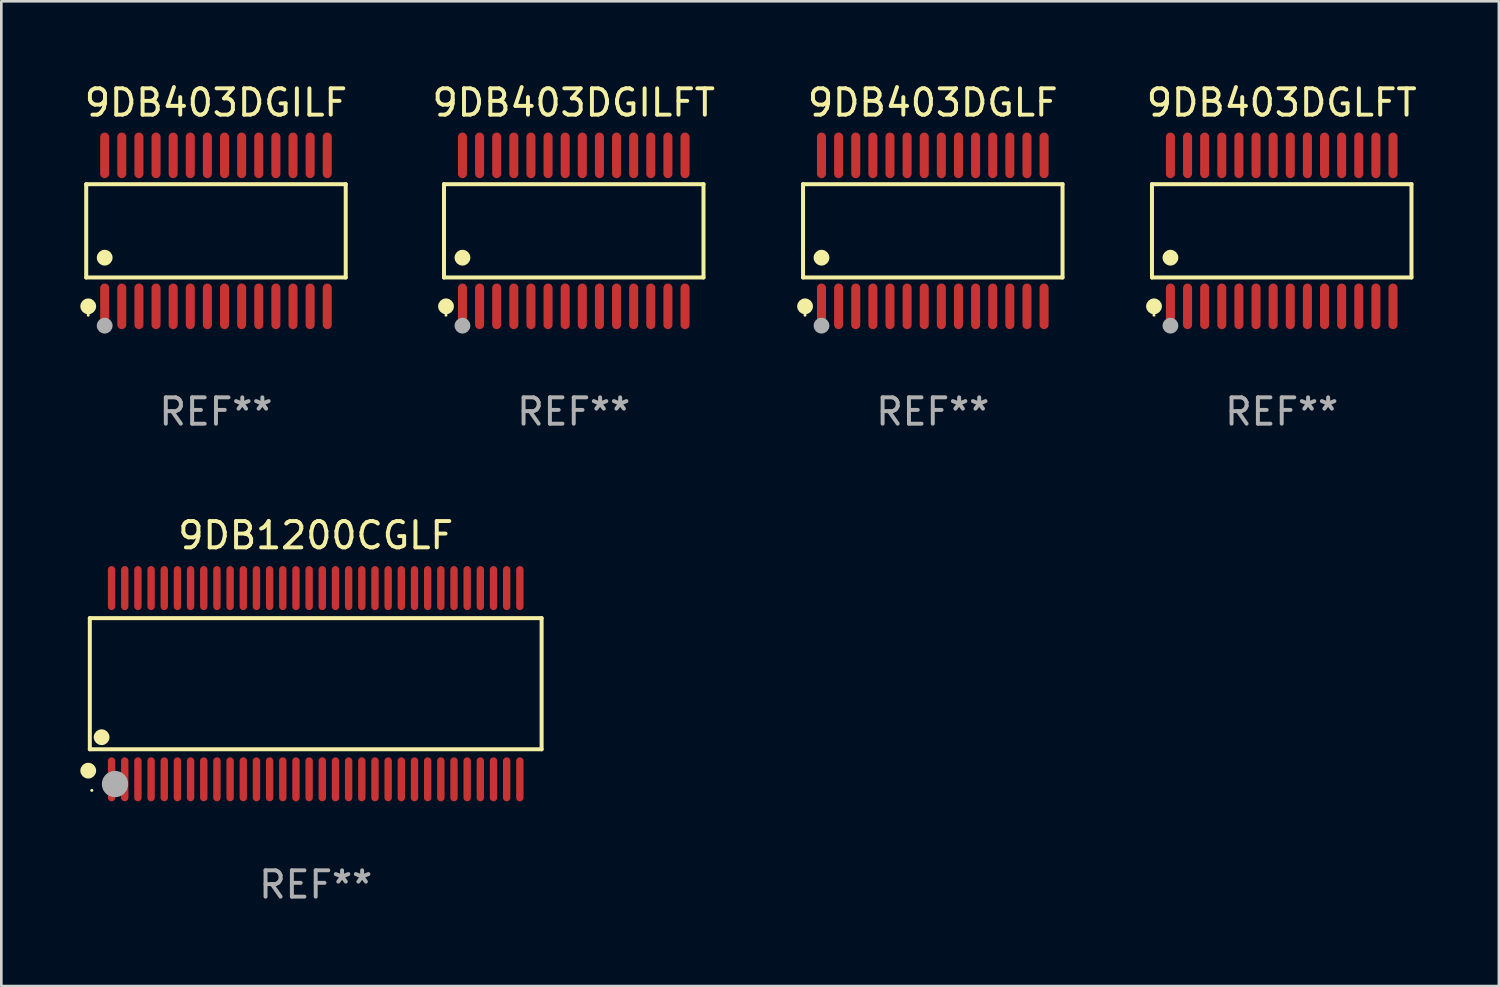
<source format=kicad_pcb>
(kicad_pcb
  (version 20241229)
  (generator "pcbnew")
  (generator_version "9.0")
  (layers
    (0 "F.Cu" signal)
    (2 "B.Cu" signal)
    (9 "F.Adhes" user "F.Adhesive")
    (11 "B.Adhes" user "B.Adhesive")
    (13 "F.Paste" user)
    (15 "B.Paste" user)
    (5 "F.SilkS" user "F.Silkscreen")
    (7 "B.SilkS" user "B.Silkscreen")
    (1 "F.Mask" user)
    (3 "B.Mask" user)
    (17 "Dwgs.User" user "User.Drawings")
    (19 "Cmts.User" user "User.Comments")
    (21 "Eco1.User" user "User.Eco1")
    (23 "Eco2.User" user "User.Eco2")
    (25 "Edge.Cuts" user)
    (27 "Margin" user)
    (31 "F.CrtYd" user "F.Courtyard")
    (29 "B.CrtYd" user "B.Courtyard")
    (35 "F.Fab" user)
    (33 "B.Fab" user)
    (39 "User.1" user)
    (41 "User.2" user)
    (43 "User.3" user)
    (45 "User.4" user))
  (footprint "9DB403DGILF"
    (layer "F.Cu")
    (at 5.149 5.714)
    (property "Reference" "9DB403DGILF" (at 0 -4.866 0) (layer "F.SilkS") (effects (font (size 1 1) (thickness 0.15))))
    (attr through_hole)
    (fp_line (start -4.926 -1.772) (end 4.926 -1.772) (stroke (width 0.152) (type solid)) (layer "F.SilkS"))
    (fp_line (start -4.926 1.771) (end -4.926 -1.772) (stroke (width 0.152) (type solid)) (layer "F.SilkS"))
    (fp_line (start 4.926 -1.772) (end 4.926 1.771) (stroke (width 0.152) (type solid)) (layer "F.SilkS"))
    (fp_line (start 4.926 1.771) (end -4.926 1.771) (stroke (width 0.152) (type solid)) (layer "F.SilkS"))
    (fp_circle (center -4.85 3.2) (end -4.82 3.2) (stroke (width 0.06) (type solid)) (fill no) (layer "F.SilkS"))
    (fp_circle (center -4.849 2.866) (end -4.699 2.866) (stroke (width 0.3) (type solid)) (fill no) (layer "F.SilkS"))
    (fp_circle (center -4.225 1.019) (end -4.075 1.019) (stroke (width 0.3) (type solid)) (fill no) (layer "F.SilkS"))
    (fp_circle (center -4.225 3.6) (end -4.075 3.6) (stroke (width 0.3) (type solid)) (fill no) (layer "F.Fab"))
    (fp_text user "REF**" (at 0 6.866 0) (layer "F.Fab") (effects (font (size 1 1) (thickness 0.15))))
    (pad "1" smd oval (at -4.225 2.866) (size 0.343 1.731) (layers "F.Cu" "F.Mask" "F.Paste"))
    (pad "2" smd oval (at -3.575 2.866) (size 0.343 1.731) (layers "F.Cu" "F.Mask" "F.Paste"))
    (pad "3" smd oval (at -2.925 2.866) (size 0.343 1.731) (layers "F.Cu" "F.Mask" "F.Paste"))
    (pad "4" smd oval (at -2.275 2.866) (size 0.343 1.731) (layers "F.Cu" "F.Mask" "F.Paste"))
    (pad "5" smd oval (at -1.625 2.866) (size 0.343 1.731) (layers "F.Cu" "F.Mask" "F.Paste"))
    (pad "6" smd oval (at -0.975 2.866) (size 0.343 1.731) (layers "F.Cu" "F.Mask" "F.Paste"))
    (pad "7" smd oval (at -0.325 2.866) (size 0.343 1.731) (layers "F.Cu" "F.Mask" "F.Paste"))
    (pad "8" smd oval (at 0.325 2.866) (size 0.343 1.731) (layers "F.Cu" "F.Mask" "F.Paste"))
    (pad "9" smd oval (at 0.975 2.866) (size 0.343 1.731) (layers "F.Cu" "F.Mask" "F.Paste"))
    (pad "10" smd oval (at 1.625 2.866) (size 0.343 1.731) (layers "F.Cu" "F.Mask" "F.Paste"))
    (pad "11" smd oval (at 2.275 2.866) (size 0.343 1.731) (layers "F.Cu" "F.Mask" "F.Paste"))
    (pad "12" smd oval (at 2.925 2.866) (size 0.343 1.731) (layers "F.Cu" "F.Mask" "F.Paste"))
    (pad "13" smd oval (at 3.575 2.866) (size 0.343 1.731) (layers "F.Cu" "F.Mask" "F.Paste"))
    (pad "14" smd oval (at 4.225 2.866) (size 0.343 1.731) (layers "F.Cu" "F.Mask" "F.Paste"))
    (pad "15" smd oval (at 4.225 -2.866) (size 0.343 1.731) (layers "F.Cu" "F.Mask" "F.Paste"))
    (pad "16" smd oval (at 3.575 -2.866) (size 0.343 1.731) (layers "F.Cu" "F.Mask" "F.Paste"))
    (pad "17" smd oval (at 2.925 -2.866) (size 0.343 1.731) (layers "F.Cu" "F.Mask" "F.Paste"))
    (pad "18" smd oval (at 2.275 -2.866) (size 0.343 1.731) (layers "F.Cu" "F.Mask" "F.Paste"))
    (pad "19" smd oval (at 1.625 -2.866) (size 0.343 1.731) (layers "F.Cu" "F.Mask" "F.Paste"))
    (pad "20" smd oval (at 0.975 -2.866) (size 0.343 1.731) (layers "F.Cu" "F.Mask" "F.Paste"))
    (pad "21" smd oval (at 0.325 -2.866) (size 0.343 1.731) (layers "F.Cu" "F.Mask" "F.Paste"))
    (pad "22" smd oval (at -0.325 -2.866) (size 0.343 1.731) (layers "F.Cu" "F.Mask" "F.Paste"))
    (pad "23" smd oval (at -0.975 -2.866) (size 0.343 1.731) (layers "F.Cu" "F.Mask" "F.Paste"))
    (pad "24" smd oval (at -1.625 -2.866) (size 0.343 1.731) (layers "F.Cu" "F.Mask" "F.Paste"))
    (pad "25" smd oval (at -2.275 -2.866) (size 0.343 1.731) (layers "F.Cu" "F.Mask" "F.Paste"))
    (pad "26" smd oval (at -2.925 -2.866) (size 0.343 1.731) (layers "F.Cu" "F.Mask" "F.Paste"))
    (pad "27" smd oval (at -3.575 -2.866) (size 0.343 1.731) (layers "F.Cu" "F.Mask" "F.Paste"))
    (pad "28" smd oval (at -4.225 -2.866) (size 0.343 1.731) (layers "F.Cu" "F.Mask" "F.Paste")))
  (footprint "9DB403DGLF"
    (layer "F.Cu")
    (at 32.363 5.714)
    (property "Reference" "9DB403DGLF" (at 0 -4.866 0) (layer "F.SilkS") (effects (font (size 1 1) (thickness 0.15))))
    (attr through_hole)
    (fp_line (start -4.926 -1.772) (end 4.926 -1.772) (stroke (width 0.152) (type solid)) (layer "F.SilkS"))
    (fp_line (start -4.926 1.771) (end -4.926 -1.772) (stroke (width 0.152) (type solid)) (layer "F.SilkS"))
    (fp_line (start 4.926 -1.772) (end 4.926 1.771) (stroke (width 0.152) (type solid)) (layer "F.SilkS"))
    (fp_line (start 4.926 1.771) (end -4.926 1.771) (stroke (width 0.152) (type solid)) (layer "F.SilkS"))
    (fp_circle (center -4.85 3.2) (end -4.82 3.2) (stroke (width 0.06) (type solid)) (fill no) (layer "F.SilkS"))
    (fp_circle (center -4.849 2.866) (end -4.699 2.866) (stroke (width 0.3) (type solid)) (fill no) (layer "F.SilkS"))
    (fp_circle (center -4.225 1.019) (end -4.075 1.019) (stroke (width 0.3) (type solid)) (fill no) (layer "F.SilkS"))
    (fp_circle (center -4.225 3.6) (end -4.075 3.6) (stroke (width 0.3) (type solid)) (fill no) (layer "F.Fab"))
    (fp_text user "REF**" (at 0 6.866 0) (layer "F.Fab") (effects (font (size 1 1) (thickness 0.15))))
    (pad "1" smd oval (at -4.225 2.866) (size 0.343 1.731) (layers "F.Cu" "F.Mask" "F.Paste"))
    (pad "2" smd oval (at -3.575 2.866) (size 0.343 1.731) (layers "F.Cu" "F.Mask" "F.Paste"))
    (pad "3" smd oval (at -2.925 2.866) (size 0.343 1.731) (layers "F.Cu" "F.Mask" "F.Paste"))
    (pad "4" smd oval (at -2.275 2.866) (size 0.343 1.731) (layers "F.Cu" "F.Mask" "F.Paste"))
    (pad "5" smd oval (at -1.625 2.866) (size 0.343 1.731) (layers "F.Cu" "F.Mask" "F.Paste"))
    (pad "6" smd oval (at -0.975 2.866) (size 0.343 1.731) (layers "F.Cu" "F.Mask" "F.Paste"))
    (pad "7" smd oval (at -0.325 2.866) (size 0.343 1.731) (layers "F.Cu" "F.Mask" "F.Paste"))
    (pad "8" smd oval (at 0.325 2.866) (size 0.343 1.731) (layers "F.Cu" "F.Mask" "F.Paste"))
    (pad "9" smd oval (at 0.975 2.866) (size 0.343 1.731) (layers "F.Cu" "F.Mask" "F.Paste"))
    (pad "10" smd oval (at 1.625 2.866) (size 0.343 1.731) (layers "F.Cu" "F.Mask" "F.Paste"))
    (pad "11" smd oval (at 2.275 2.866) (size 0.343 1.731) (layers "F.Cu" "F.Mask" "F.Paste"))
    (pad "12" smd oval (at 2.925 2.866) (size 0.343 1.731) (layers "F.Cu" "F.Mask" "F.Paste"))
    (pad "13" smd oval (at 3.575 2.866) (size 0.343 1.731) (layers "F.Cu" "F.Mask" "F.Paste"))
    (pad "14" smd oval (at 4.225 2.866) (size 0.343 1.731) (layers "F.Cu" "F.Mask" "F.Paste"))
    (pad "15" smd oval (at 4.225 -2.866) (size 0.343 1.731) (layers "F.Cu" "F.Mask" "F.Paste"))
    (pad "16" smd oval (at 3.575 -2.866) (size 0.343 1.731) (layers "F.Cu" "F.Mask" "F.Paste"))
    (pad "17" smd oval (at 2.925 -2.866) (size 0.343 1.731) (layers "F.Cu" "F.Mask" "F.Paste"))
    (pad "18" smd oval (at 2.275 -2.866) (size 0.343 1.731) (layers "F.Cu" "F.Mask" "F.Paste"))
    (pad "19" smd oval (at 1.625 -2.866) (size 0.343 1.731) (layers "F.Cu" "F.Mask" "F.Paste"))
    (pad "20" smd oval (at 0.975 -2.866) (size 0.343 1.731) (layers "F.Cu" "F.Mask" "F.Paste"))
    (pad "21" smd oval (at 0.325 -2.866) (size 0.343 1.731) (layers "F.Cu" "F.Mask" "F.Paste"))
    (pad "22" smd oval (at -0.325 -2.866) (size 0.343 1.731) (layers "F.Cu" "F.Mask" "F.Paste"))
    (pad "23" smd oval (at -0.975 -2.866) (size 0.343 1.731) (layers "F.Cu" "F.Mask" "F.Paste"))
    (pad "24" smd oval (at -1.625 -2.866) (size 0.343 1.731) (layers "F.Cu" "F.Mask" "F.Paste"))
    (pad "25" smd oval (at -2.275 -2.866) (size 0.343 1.731) (layers "F.Cu" "F.Mask" "F.Paste"))
    (pad "26" smd oval (at -2.925 -2.866) (size 0.343 1.731) (layers "F.Cu" "F.Mask" "F.Paste"))
    (pad "27" smd oval (at -3.575 -2.866) (size 0.343 1.731) (layers "F.Cu" "F.Mask" "F.Paste"))
    (pad "28" smd oval (at -4.225 -2.866) (size 0.343 1.731) (layers "F.Cu" "F.Mask" "F.Paste")))
  (footprint "9DB403DGILFT"
    (layer "F.Cu")
    (at 18.732 5.714)
    (property "Reference" "9DB403DGILFT" (at 0 -4.866 0) (layer "F.SilkS") (effects (font (size 1 1) (thickness 0.15))))
    (attr through_hole)
    (fp_line (start -4.926 -1.772) (end 4.926 -1.772) (stroke (width 0.152) (type solid)) (layer "F.SilkS"))
    (fp_line (start -4.926 1.771) (end -4.926 -1.772) (stroke (width 0.152) (type solid)) (layer "F.SilkS"))
    (fp_line (start 4.926 -1.772) (end 4.926 1.771) (stroke (width 0.152) (type solid)) (layer "F.SilkS"))
    (fp_line (start 4.926 1.771) (end -4.926 1.771) (stroke (width 0.152) (type solid)) (layer "F.SilkS"))
    (fp_circle (center -4.85 3.2) (end -4.82 3.2) (stroke (width 0.06) (type solid)) (fill no) (layer "F.SilkS"))
    (fp_circle (center -4.849 2.866) (end -4.699 2.866) (stroke (width 0.3) (type solid)) (fill no) (layer "F.SilkS"))
    (fp_circle (center -4.225 1.019) (end -4.075 1.019) (stroke (width 0.3) (type solid)) (fill no) (layer "F.SilkS"))
    (fp_circle (center -4.225 3.6) (end -4.075 3.6) (stroke (width 0.3) (type solid)) (fill no) (layer "F.Fab"))
    (fp_text user "REF**" (at 0 6.866 0) (layer "F.Fab") (effects (font (size 1 1) (thickness 0.15))))
    (pad "1" smd oval (at -4.225 2.866) (size 0.343 1.731) (layers "F.Cu" "F.Mask" "F.Paste"))
    (pad "2" smd oval (at -3.575 2.866) (size 0.343 1.731) (layers "F.Cu" "F.Mask" "F.Paste"))
    (pad "3" smd oval (at -2.925 2.866) (size 0.343 1.731) (layers "F.Cu" "F.Mask" "F.Paste"))
    (pad "4" smd oval (at -2.275 2.866) (size 0.343 1.731) (layers "F.Cu" "F.Mask" "F.Paste"))
    (pad "5" smd oval (at -1.625 2.866) (size 0.343 1.731) (layers "F.Cu" "F.Mask" "F.Paste"))
    (pad "6" smd oval (at -0.975 2.866) (size 0.343 1.731) (layers "F.Cu" "F.Mask" "F.Paste"))
    (pad "7" smd oval (at -0.325 2.866) (size 0.343 1.731) (layers "F.Cu" "F.Mask" "F.Paste"))
    (pad "8" smd oval (at 0.325 2.866) (size 0.343 1.731) (layers "F.Cu" "F.Mask" "F.Paste"))
    (pad "9" smd oval (at 0.975 2.866) (size 0.343 1.731) (layers "F.Cu" "F.Mask" "F.Paste"))
    (pad "10" smd oval (at 1.625 2.866) (size 0.343 1.731) (layers "F.Cu" "F.Mask" "F.Paste"))
    (pad "11" smd oval (at 2.275 2.866) (size 0.343 1.731) (layers "F.Cu" "F.Mask" "F.Paste"))
    (pad "12" smd oval (at 2.925 2.866) (size 0.343 1.731) (layers "F.Cu" "F.Mask" "F.Paste"))
    (pad "13" smd oval (at 3.575 2.866) (size 0.343 1.731) (layers "F.Cu" "F.Mask" "F.Paste"))
    (pad "14" smd oval (at 4.225 2.866) (size 0.343 1.731) (layers "F.Cu" "F.Mask" "F.Paste"))
    (pad "15" smd oval (at 4.225 -2.866) (size 0.343 1.731) (layers "F.Cu" "F.Mask" "F.Paste"))
    (pad "16" smd oval (at 3.575 -2.866) (size 0.343 1.731) (layers "F.Cu" "F.Mask" "F.Paste"))
    (pad "17" smd oval (at 2.925 -2.866) (size 0.343 1.731) (layers "F.Cu" "F.Mask" "F.Paste"))
    (pad "18" smd oval (at 2.275 -2.866) (size 0.343 1.731) (layers "F.Cu" "F.Mask" "F.Paste"))
    (pad "19" smd oval (at 1.625 -2.866) (size 0.343 1.731) (layers "F.Cu" "F.Mask" "F.Paste"))
    (pad "20" smd oval (at 0.975 -2.866) (size 0.343 1.731) (layers "F.Cu" "F.Mask" "F.Paste"))
    (pad "21" smd oval (at 0.325 -2.866) (size 0.343 1.731) (layers "F.Cu" "F.Mask" "F.Paste"))
    (pad "22" smd oval (at -0.325 -2.866) (size 0.343 1.731) (layers "F.Cu" "F.Mask" "F.Paste"))
    (pad "23" smd oval (at -0.975 -2.866) (size 0.343 1.731) (layers "F.Cu" "F.Mask" "F.Paste"))
    (pad "24" smd oval (at -1.625 -2.866) (size 0.343 1.731) (layers "F.Cu" "F.Mask" "F.Paste"))
    (pad "25" smd oval (at -2.275 -2.866) (size 0.343 1.731) (layers "F.Cu" "F.Mask" "F.Paste"))
    (pad "26" smd oval (at -2.925 -2.866) (size 0.343 1.731) (layers "F.Cu" "F.Mask" "F.Paste"))
    (pad "27" smd oval (at -3.575 -2.866) (size 0.343 1.731) (layers "F.Cu" "F.Mask" "F.Paste"))
    (pad "28" smd oval (at -4.225 -2.866) (size 0.343 1.731) (layers "F.Cu" "F.Mask" "F.Paste")))
  (footprint "9DB1200CGLF"
    (layer "F.Cu")
    (at 8.936 22.906)
    (property "Reference" "9DB1200CGLF" (at 0 -5.63 0) (layer "F.SilkS") (effects (font (size 1 1) (thickness 0.15))))
    (attr through_hole)
    (fp_line (start -8.576 -2.49) (end 8.576 -2.49) (stroke (width 0.152) (type solid)) (layer "F.SilkS"))
    (fp_line (start -8.576 2.49) (end -8.576 -2.49) (stroke (width 0.152) (type solid)) (layer "F.SilkS"))
    (fp_line (start 8.576 -2.49) (end 8.576 2.49) (stroke (width 0.152) (type solid)) (layer "F.SilkS"))
    (fp_line (start 8.576 2.49) (end -8.576 2.49) (stroke (width 0.152) (type solid)) (layer "F.SilkS"))
    (fp_circle (center -8.636 3.302) (end -8.486 3.302) (stroke (width 0.3) (type solid)) (fill no) (layer "F.SilkS"))
    (fp_circle (center -8.5 4.05) (end -8.47 4.05) (stroke (width 0.06) (type solid)) (fill no) (layer "F.SilkS"))
    (fp_circle (center -8.128 2.032) (end -7.978 2.032) (stroke (width 0.3) (type solid)) (fill no) (layer "F.SilkS"))
    (fp_circle (center -7.62 3.81) (end -7.37 3.81) (stroke (width 0.5) (type solid)) (fill no) (layer "F.Fab"))
    (fp_text user "REF**" (at 0 7.63 0) (layer "F.Fab") (effects (font (size 1 1) (thickness 0.15))))
    (pad "1" smd oval (at -7.75 3.63) (size 0.28 1.67) (layers "F.Cu" "F.Mask" "F.Paste"))
    (pad "2" smd oval (at -7.25 3.63) (size 0.28 1.67) (layers "F.Cu" "F.Mask" "F.Paste"))
    (pad "3" smd oval (at -6.75 3.63) (size 0.28 1.67) (layers "F.Cu" "F.Mask" "F.Paste"))
    (pad "4" smd oval (at -6.25 3.63) (size 0.28 1.67) (layers "F.Cu" "F.Mask" "F.Paste"))
    (pad "5" smd oval (at -5.75 3.63) (size 0.28 1.67) (layers "F.Cu" "F.Mask" "F.Paste"))
    (pad "6" smd oval (at -5.25 3.63) (size 0.28 1.67) (layers "F.Cu" "F.Mask" "F.Paste"))
    (pad "7" smd oval (at -4.75 3.63) (size 0.28 1.67) (layers "F.Cu" "F.Mask" "F.Paste"))
    (pad "8" smd oval (at -4.25 3.63) (size 0.28 1.67) (layers "F.Cu" "F.Mask" "F.Paste"))
    (pad "9" smd oval (at -3.75 3.63) (size 0.28 1.67) (layers "F.Cu" "F.Mask" "F.Paste"))
    (pad "10" smd oval (at -3.25 3.63) (size 0.28 1.67) (layers "F.Cu" "F.Mask" "F.Paste"))
    (pad "11" smd oval (at -2.75 3.63) (size 0.28 1.67) (layers "F.Cu" "F.Mask" "F.Paste"))
    (pad "12" smd oval (at -2.25 3.63) (size 0.28 1.67) (layers "F.Cu" "F.Mask" "F.Paste"))
    (pad "13" smd oval (at -1.75 3.63) (size 0.28 1.67) (layers "F.Cu" "F.Mask" "F.Paste"))
    (pad "14" smd oval (at -1.25 3.63) (size 0.28 1.67) (layers "F.Cu" "F.Mask" "F.Paste"))
    (pad "15" smd oval (at -0.75 3.63) (size 0.28 1.67) (layers "F.Cu" "F.Mask" "F.Paste"))
    (pad "16" smd oval (at -0.25 3.63) (size 0.28 1.67) (layers "F.Cu" "F.Mask" "F.Paste"))
    (pad "17" smd oval (at 0.25 3.63) (size 0.28 1.67) (layers "F.Cu" "F.Mask" "F.Paste"))
    (pad "18" smd oval (at 0.75 3.63) (size 0.28 1.67) (layers "F.Cu" "F.Mask" "F.Paste"))
    (pad "19" smd oval (at 1.25 3.63) (size 0.28 1.67) (layers "F.Cu" "F.Mask" "F.Paste"))
    (pad "20" smd oval (at 1.75 3.63) (size 0.28 1.67) (layers "F.Cu" "F.Mask" "F.Paste"))
    (pad "21" smd oval (at 2.25 3.63) (size 0.28 1.67) (layers "F.Cu" "F.Mask" "F.Paste"))
    (pad "22" smd oval (at 2.75 3.63) (size 0.28 1.67) (layers "F.Cu" "F.Mask" "F.Paste"))
    (pad "23" smd oval (at 3.25 3.63) (size 0.28 1.67) (layers "F.Cu" "F.Mask" "F.Paste"))
    (pad "24" smd oval (at 3.75 3.63) (size 0.28 1.67) (layers "F.Cu" "F.Mask" "F.Paste"))
    (pad "25" smd oval (at 4.25 3.63) (size 0.28 1.67) (layers "F.Cu" "F.Mask" "F.Paste"))
    (pad "26" smd oval (at 4.75 3.63) (size 0.28 1.67) (layers "F.Cu" "F.Mask" "F.Paste"))
    (pad "27" smd oval (at 5.25 3.63) (size 0.28 1.67) (layers "F.Cu" "F.Mask" "F.Paste"))
    (pad "28" smd oval (at 5.75 3.63) (size 0.28 1.67) (layers "F.Cu" "F.Mask" "F.Paste"))
    (pad "29" smd oval (at 6.25 3.63) (size 0.28 1.67) (layers "F.Cu" "F.Mask" "F.Paste"))
    (pad "30" smd oval (at 6.75 3.63) (size 0.28 1.67) (layers "F.Cu" "F.Mask" "F.Paste"))
    (pad "31" smd oval (at 7.25 3.63) (size 0.28 1.67) (layers "F.Cu" "F.Mask" "F.Paste"))
    (pad "32" smd oval (at 7.75 3.63) (size 0.28 1.67) (layers "F.Cu" "F.Mask" "F.Paste"))
    (pad "33" smd oval (at 7.75 -3.63) (size 0.28 1.67) (layers "F.Cu" "F.Mask" "F.Paste"))
    (pad "34" smd oval (at 7.25 -3.63) (size 0.28 1.67) (layers "F.Cu" "F.Mask" "F.Paste"))
    (pad "35" smd oval (at 6.75 -3.63) (size 0.28 1.67) (layers "F.Cu" "F.Mask" "F.Paste"))
    (pad "36" smd oval (at 6.25 -3.63) (size 0.28 1.67) (layers "F.Cu" "F.Mask" "F.Paste"))
    (pad "37" smd oval (at 5.75 -3.63) (size 0.28 1.67) (layers "F.Cu" "F.Mask" "F.Paste"))
    (pad "38" smd oval (at 5.25 -3.63) (size 0.28 1.67) (layers "F.Cu" "F.Mask" "F.Paste"))
    (pad "39" smd oval (at 4.75 -3.63) (size 0.28 1.67) (layers "F.Cu" "F.Mask" "F.Paste"))
    (pad "40" smd oval (at 4.25 -3.63) (size 0.28 1.67) (layers "F.Cu" "F.Mask" "F.Paste"))
    (pad "41" smd oval (at 3.75 -3.63) (size 0.28 1.67) (layers "F.Cu" "F.Mask" "F.Paste"))
    (pad "42" smd oval (at 3.25 -3.63) (size 0.28 1.67) (layers "F.Cu" "F.Mask" "F.Paste"))
    (pad "43" smd oval (at 2.75 -3.63) (size 0.28 1.67) (layers "F.Cu" "F.Mask" "F.Paste"))
    (pad "44" smd oval (at 2.25 -3.63) (size 0.28 1.67) (layers "F.Cu" "F.Mask" "F.Paste"))
    (pad "45" smd oval (at 1.75 -3.63) (size 0.28 1.67) (layers "F.Cu" "F.Mask" "F.Paste"))
    (pad "46" smd oval (at 1.25 -3.63) (size 0.28 1.67) (layers "F.Cu" "F.Mask" "F.Paste"))
    (pad "47" smd oval (at 0.75 -3.63) (size 0.28 1.67) (layers "F.Cu" "F.Mask" "F.Paste"))
    (pad "48" smd oval (at 0.25 -3.63) (size 0.28 1.67) (layers "F.Cu" "F.Mask" "F.Paste"))
    (pad "49" smd oval (at -0.25 -3.63) (size 0.28 1.67) (layers "F.Cu" "F.Mask" "F.Paste"))
    (pad "50" smd oval (at -0.75 -3.63) (size 0.28 1.67) (layers "F.Cu" "F.Mask" "F.Paste"))
    (pad "51" smd oval (at -1.25 -3.63) (size 0.28 1.67) (layers "F.Cu" "F.Mask" "F.Paste"))
    (pad "52" smd oval (at -1.75 -3.63) (size 0.28 1.67) (layers "F.Cu" "F.Mask" "F.Paste"))
    (pad "53" smd oval (at -2.25 -3.63) (size 0.28 1.67) (layers "F.Cu" "F.Mask" "F.Paste"))
    (pad "54" smd oval (at -2.75 -3.63) (size 0.28 1.67) (layers "F.Cu" "F.Mask" "F.Paste"))
    (pad "55" smd oval (at -3.25 -3.63) (size 0.28 1.67) (layers "F.Cu" "F.Mask" "F.Paste"))
    (pad "56" smd oval (at -3.75 -3.63) (size 0.28 1.67) (layers "F.Cu" "F.Mask" "F.Paste"))
    (pad "57" smd oval (at -4.25 -3.63) (size 0.28 1.67) (layers "F.Cu" "F.Mask" "F.Paste"))
    (pad "58" smd oval (at -4.75 -3.63) (size 0.28 1.67) (layers "F.Cu" "F.Mask" "F.Paste"))
    (pad "59" smd oval (at -5.25 -3.63) (size 0.28 1.67) (layers "F.Cu" "F.Mask" "F.Paste"))
    (pad "60" smd oval (at -5.75 -3.63) (size 0.28 1.67) (layers "F.Cu" "F.Mask" "F.Paste"))
    (pad "61" smd oval (at -6.25 -3.63) (size 0.28 1.67) (layers "F.Cu" "F.Mask" "F.Paste"))
    (pad "62" smd oval (at -6.75 -3.63) (size 0.28 1.67) (layers "F.Cu" "F.Mask" "F.Paste"))
    (pad "63" smd oval (at -7.25 -3.63) (size 0.28 1.67) (layers "F.Cu" "F.Mask" "F.Paste"))
    (pad "64" smd oval (at -7.75 -3.63) (size 0.28 1.67) (layers "F.Cu" "F.Mask" "F.Paste")))
  (footprint "9DB403DGLFT"
    (layer "F.Cu")
    (at 45.61 5.714)
    (property "Reference" "9DB403DGLFT" (at 0 -4.866 0) (layer "F.SilkS") (effects (font (size 1 1) (thickness 0.15))))
    (attr through_hole)
    (fp_line (start -4.926 -1.772) (end 4.926 -1.772) (stroke (width 0.152) (type solid)) (layer "F.SilkS"))
    (fp_line (start -4.926 1.771) (end -4.926 -1.772) (stroke (width 0.152) (type solid)) (layer "F.SilkS"))
    (fp_line (start 4.926 -1.772) (end 4.926 1.771) (stroke (width 0.152) (type solid)) (layer "F.SilkS"))
    (fp_line (start 4.926 1.771) (end -4.926 1.771) (stroke (width 0.152) (type solid)) (layer "F.SilkS"))
    (fp_circle (center -4.85 3.2) (end -4.82 3.2) (stroke (width 0.06) (type solid)) (fill no) (layer "F.SilkS"))
    (fp_circle (center -4.849 2.866) (end -4.699 2.866) (stroke (width 0.3) (type solid)) (fill no) (layer "F.SilkS"))
    (fp_circle (center -4.225 1.019) (end -4.075 1.019) (stroke (width 0.3) (type solid)) (fill no) (layer "F.SilkS"))
    (fp_circle (center -4.225 3.6) (end -4.075 3.6) (stroke (width 0.3) (type solid)) (fill no) (layer "F.Fab"))
    (fp_text user "REF**" (at 0 6.866 0) (layer "F.Fab") (effects (font (size 1 1) (thickness 0.15))))
    (pad "1" smd oval (at -4.225 2.866) (size 0.343 1.731) (layers "F.Cu" "F.Mask" "F.Paste"))
    (pad "2" smd oval (at -3.575 2.866) (size 0.343 1.731) (layers "F.Cu" "F.Mask" "F.Paste"))
    (pad "3" smd oval (at -2.925 2.866) (size 0.343 1.731) (layers "F.Cu" "F.Mask" "F.Paste"))
    (pad "4" smd oval (at -2.275 2.866) (size 0.343 1.731) (layers "F.Cu" "F.Mask" "F.Paste"))
    (pad "5" smd oval (at -1.625 2.866) (size 0.343 1.731) (layers "F.Cu" "F.Mask" "F.Paste"))
    (pad "6" smd oval (at -0.975 2.866) (size 0.343 1.731) (layers "F.Cu" "F.Mask" "F.Paste"))
    (pad "7" smd oval (at -0.325 2.866) (size 0.343 1.731) (layers "F.Cu" "F.Mask" "F.Paste"))
    (pad "8" smd oval (at 0.325 2.866) (size 0.343 1.731) (layers "F.Cu" "F.Mask" "F.Paste"))
    (pad "9" smd oval (at 0.975 2.866) (size 0.343 1.731) (layers "F.Cu" "F.Mask" "F.Paste"))
    (pad "10" smd oval (at 1.625 2.866) (size 0.343 1.731) (layers "F.Cu" "F.Mask" "F.Paste"))
    (pad "11" smd oval (at 2.275 2.866) (size 0.343 1.731) (layers "F.Cu" "F.Mask" "F.Paste"))
    (pad "12" smd oval (at 2.925 2.866) (size 0.343 1.731) (layers "F.Cu" "F.Mask" "F.Paste"))
    (pad "13" smd oval (at 3.575 2.866) (size 0.343 1.731) (layers "F.Cu" "F.Mask" "F.Paste"))
    (pad "14" smd oval (at 4.225 2.866) (size 0.343 1.731) (layers "F.Cu" "F.Mask" "F.Paste"))
    (pad "15" smd oval (at 4.225 -2.866) (size 0.343 1.731) (layers "F.Cu" "F.Mask" "F.Paste"))
    (pad "16" smd oval (at 3.575 -2.866) (size 0.343 1.731) (layers "F.Cu" "F.Mask" "F.Paste"))
    (pad "17" smd oval (at 2.925 -2.866) (size 0.343 1.731) (layers "F.Cu" "F.Mask" "F.Paste"))
    (pad "18" smd oval (at 2.275 -2.866) (size 0.343 1.731) (layers "F.Cu" "F.Mask" "F.Paste"))
    (pad "19" smd oval (at 1.625 -2.866) (size 0.343 1.731) (layers "F.Cu" "F.Mask" "F.Paste"))
    (pad "20" smd oval (at 0.975 -2.866) (size 0.343 1.731) (layers "F.Cu" "F.Mask" "F.Paste"))
    (pad "21" smd oval (at 0.325 -2.866) (size 0.343 1.731) (layers "F.Cu" "F.Mask" "F.Paste"))
    (pad "22" smd oval (at -0.325 -2.866) (size 0.343 1.731) (layers "F.Cu" "F.Mask" "F.Paste"))
    (pad "23" smd oval (at -0.975 -2.866) (size 0.343 1.731) (layers "F.Cu" "F.Mask" "F.Paste"))
    (pad "24" smd oval (at -1.625 -2.866) (size 0.343 1.731) (layers "F.Cu" "F.Mask" "F.Paste"))
    (pad "25" smd oval (at -2.275 -2.866) (size 0.343 1.731) (layers "F.Cu" "F.Mask" "F.Paste"))
    (pad "26" smd oval (at -2.925 -2.866) (size 0.343 1.731) (layers "F.Cu" "F.Mask" "F.Paste"))
    (pad "27" smd oval (at -3.575 -2.866) (size 0.343 1.731) (layers "F.Cu" "F.Mask" "F.Paste"))
    (pad "28" smd oval (at -4.225 -2.866) (size 0.343 1.731) (layers "F.Cu" "F.Mask" "F.Paste")))
  (gr_rect
    (start -3 -3)
    (end 53.854 34.384)
    (stroke (width 0.1) (type default))
    (fill no)
    (layer "Edge.Cuts")))
</source>
